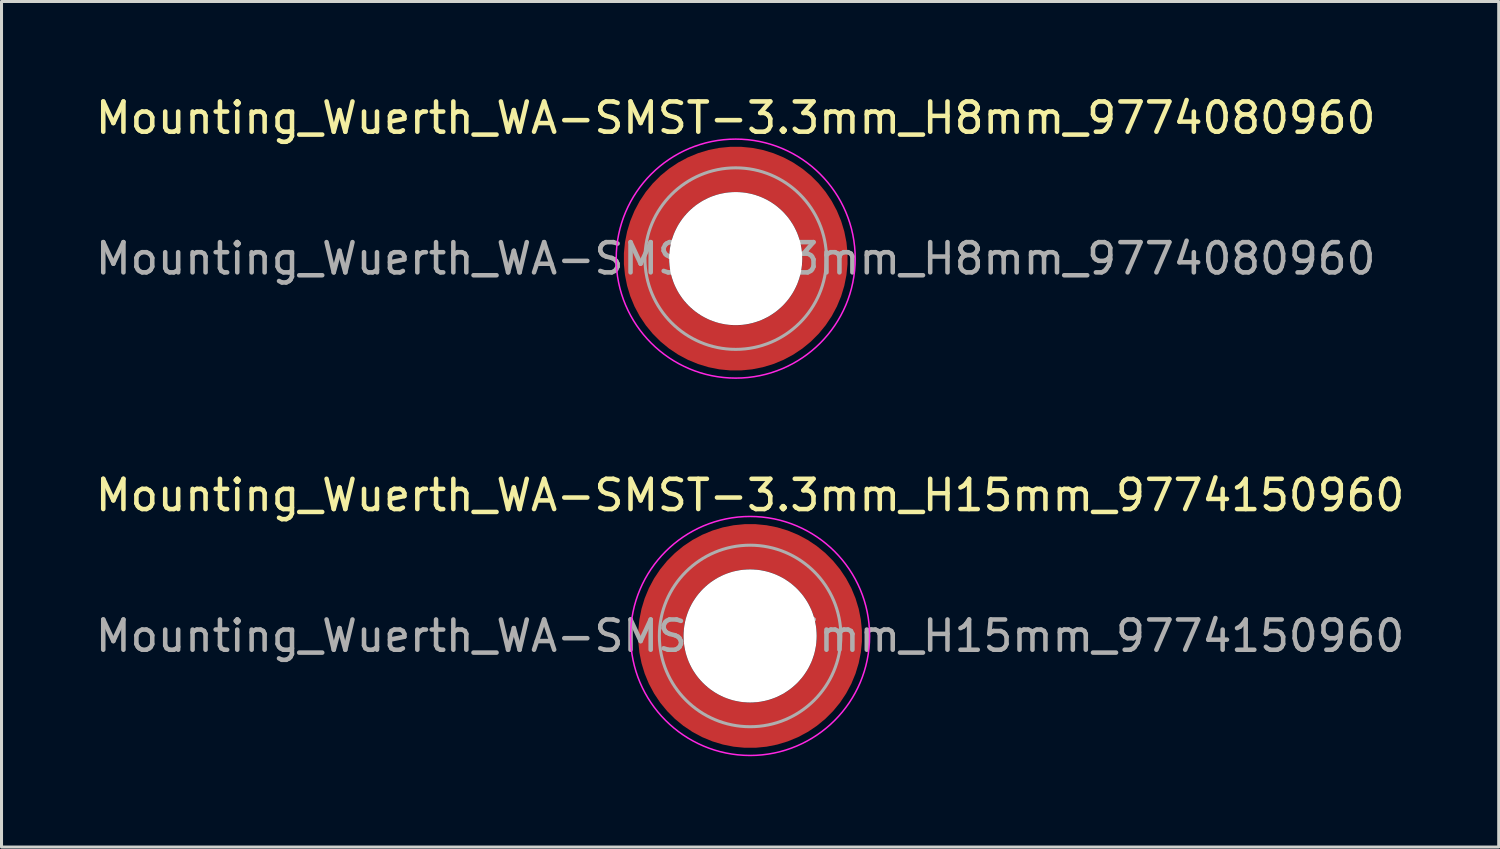
<source format=kicad_pcb>
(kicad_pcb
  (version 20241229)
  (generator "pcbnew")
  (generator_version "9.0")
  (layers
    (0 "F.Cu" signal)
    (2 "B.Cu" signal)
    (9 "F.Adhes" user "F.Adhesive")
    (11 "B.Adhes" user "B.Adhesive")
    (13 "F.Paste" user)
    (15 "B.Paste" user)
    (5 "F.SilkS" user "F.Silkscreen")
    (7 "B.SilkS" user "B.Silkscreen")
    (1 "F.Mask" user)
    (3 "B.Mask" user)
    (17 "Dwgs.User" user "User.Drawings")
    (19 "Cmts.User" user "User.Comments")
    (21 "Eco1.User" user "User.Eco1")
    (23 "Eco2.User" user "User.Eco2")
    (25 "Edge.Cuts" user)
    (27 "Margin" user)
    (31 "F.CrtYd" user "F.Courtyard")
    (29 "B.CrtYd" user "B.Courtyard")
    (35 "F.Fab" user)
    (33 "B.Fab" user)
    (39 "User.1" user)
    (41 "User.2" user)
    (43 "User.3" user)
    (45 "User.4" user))
  (footprint "Mounting_Wuerth_WA-SMST-3.3mm_H8mm_9774080960"
    (layer "F.Cu")
    (at 21.268 5.498)
    (property "Reference" "Mounting_Wuerth_WA-SMST-3.3mm_H8mm_9774080960" (at 0 -4.65 0) (layer "F.SilkS") (effects (font (size 1 1) (thickness 0.15))))
    (property "Mouser Part no." "" (at 0 0 0) (layer "F.Fab") (effects (font (size 1.27 1.27) (thickness 0.15))))
    (property "Mouser link" "" (at 0 0 0) (layer "F.Fab") (effects (font (size 1.27 1.27) (thickness 0.15))))
    (attr smd)
    (fp_circle (center 0 0) (end 3.95 0) (stroke (width 0.05) (type solid)) (fill no) (layer "F.CrtYd"))
    (fp_circle (center 0 0) (end 3 0) (stroke (width 0.1) (type solid)) (fill no) (layer "F.Fab"))
    (fp_text user "${REFERENCE}" (at 0 0 0) (layer "F.Fab") (effects (font (size 1 1) (thickness 0.15))))
    (pad "" smd custom (at -2.058 -2.058) (size 0.7 0.7) (layers "F.Paste") (options (anchor circle)) (primitives (gr_arc (start -0.377294 1.707681) (mid 0.317579 0.318817) (end 1.705947 -0.377044) (width 0.2)) (gr_arc (start -0.478281 1.707681) (mid 0.246161 0.248814) (end 1.703965 -0.477765) (width 0.2)) (gr_arc (start -0.579192 1.707681) (mid 0.175492 0.178063) (end 1.704077 -0.578711) (width 0.2)) (gr_arc (start -0.680037 1.707681) (mid 0.105568 0.106564) (end 1.706284 -0.679858) (width 0.2)) (gr_arc (start -0.780822 1.707681) (mid 0.034627 0.036085) (end 1.705634 -0.780569) (width 0.2)) (gr_arc (start -0.881554 1.707681) (mid -0.035694 -0.035016) (end 1.706729 -0.881441) (width 0.2)) (gr_arc (start -0.982237 1.707681) (mid -0.107281 -0.10485) (end 1.704266 -0.981842) (width 0.2)) (gr_arc (start -1.082877 1.707681) (mid -0.178372 -0.175181) (end 1.703197 -1.082374) (width 0.2)) (gr_arc (start -1.183476 1.707681) (mid -0.248964 -0.246008) (end 1.703525 -1.183025) (width 0.2)) (gr_arc (start -1.28404 1.707681) (mid -0.319062 -0.317333) (end 1.70525 -1.283784) (width 0.2)) (gr_line (start 1.708 -0.377) (end 1.708 -1.284) (width 0.2)) (gr_line (start -0.377 1.708) (end -1.284 1.708) (width 0.2))))
    (pad "" smd custom (at -2.058 2.058) (size 0.7 0.7) (layers "F.Paste") (options (anchor circle)) (primitives (gr_arc (start 1.707681 0.377294) (mid 0.318817 -0.317579) (end -0.377044 -1.705947) (width 0.2)) (gr_arc (start 1.707681 0.478281) (mid 0.248814 -0.246161) (end -0.477765 -1.703965) (width 0.2)) (gr_arc (start 1.707681 0.579192) (mid 0.178063 -0.175492) (end -0.578711 -1.704077) (width 0.2)) (gr_arc (start 1.707681 0.680037) (mid 0.106564 -0.105568) (end -0.679858 -1.706284) (width 0.2)) (gr_arc (start 1.707681 0.780822) (mid 0.036085 -0.034627) (end -0.780569 -1.705634) (width 0.2)) (gr_arc (start 1.707681 0.881554) (mid -0.035016 0.035694) (end -0.881441 -1.706729) (width 0.2)) (gr_arc (start 1.707681 0.982237) (mid -0.10485 0.107281) (end -0.981842 -1.704266) (width 0.2)) (gr_arc (start 1.707681 1.082877) (mid -0.175181 0.178372) (end -1.082374 -1.703197) (width 0.2)) (gr_arc (start 1.707681 1.183476) (mid -0.246008 0.248964) (end -1.183025 -1.703525) (width 0.2)) (gr_arc (start 1.707681 1.28404) (mid -0.317333 0.319062) (end -1.283784 -1.70525) (width 0.2)) (gr_line (start -0.377 -1.708) (end -1.284 -1.708) (width 0.2)) (gr_line (start 1.708 0.377) (end 1.708 1.284) (width 0.2))))
    (pad "" np_thru_hole circle (at 0 0) (size 4.4 4.4) (drill 4.4) (layers "*.Cu" "*.Mask"))
    (pad "" smd custom (at 2.058 -2.058) (size 0.7 0.7) (layers "F.Paste") (options (anchor circle)) (primitives (gr_arc (start -1.707681 -0.377294) (mid -0.318817 0.317579) (end 0.377044 1.705947) (width 0.2)) (gr_arc (start -1.707681 -0.478281) (mid -0.248814 0.246161) (end 0.477765 1.703965) (width 0.2)) (gr_arc (start -1.707681 -0.579192) (mid -0.178063 0.175492) (end 0.578711 1.704077) (width 0.2)) (gr_arc (start -1.707681 -0.680037) (mid -0.106564 0.105568) (end 0.679858 1.706284) (width 0.2)) (gr_arc (start -1.707681 -0.780822) (mid -0.036085 0.034627) (end 0.780569 1.705634) (width 0.2)) (gr_arc (start -1.707681 -0.881554) (mid 0.035016 -0.035694) (end 0.881441 1.706729) (width 0.2)) (gr_arc (start -1.707681 -0.982237) (mid 0.10485 -0.107281) (end 0.981842 1.704266) (width 0.2)) (gr_arc (start -1.707681 -1.082877) (mid 0.175181 -0.178372) (end 1.082374 1.703197) (width 0.2)) (gr_arc (start -1.707681 -1.183476) (mid 0.246008 -0.248964) (end 1.183025 1.703525) (width 0.2)) (gr_arc (start -1.707681 -1.28404) (mid 0.317333 -0.319062) (end 1.283784 1.70525) (width 0.2)) (gr_line (start 0.377 1.708) (end 1.284 1.708) (width 0.2)) (gr_line (start -1.708 -0.377) (end -1.708 -1.284) (width 0.2))))
    (pad "" smd custom (at 2.058 2.058) (size 0.7 0.7) (layers "F.Paste") (options (anchor circle)) (primitives (gr_arc (start 0.377294 -1.707681) (mid -0.317579 -0.318817) (end -1.705947 0.377044) (width 0.2)) (gr_arc (start 0.478281 -1.707681) (mid -0.246161 -0.248814) (end -1.703965 0.477765) (width 0.2)) (gr_arc (start 0.579192 -1.707681) (mid -0.175492 -0.178063) (end -1.704077 0.578711) (width 0.2)) (gr_arc (start 0.680037 -1.707681) (mid -0.105568 -0.106564) (end -1.706284 0.679858) (width 0.2)) (gr_arc (start 0.780822 -1.707681) (mid -0.034627 -0.036085) (end -1.705634 0.780569) (width 0.2)) (gr_arc (start 0.881554 -1.707681) (mid 0.035694 0.035016) (end -1.706729 0.881441) (width 0.2)) (gr_arc (start 0.982237 -1.707681) (mid 0.107281 0.10485) (end -1.704266 0.981842) (width 0.2)) (gr_arc (start 1.082877 -1.707681) (mid 0.178372 0.175181) (end -1.703197 1.082374) (width 0.2)) (gr_arc (start 1.183476 -1.707681) (mid 0.248964 0.246008) (end -1.703525 1.183025) (width 0.2)) (gr_arc (start 1.28404 -1.707681) (mid 0.319062 0.317333) (end -1.70525 1.283784) (width 0.2)) (gr_line (start -1.708 0.377) (end -1.708 1.284) (width 0.2)) (gr_line (start 0.377 -1.708) (end 1.284 -1.708) (width 0.2))))
    (pad "1" smd circle (at -2.95 0) (size 1.1 1.1) (layers "F.Cu"))
    (pad "1" smd circle (at 0 -2.95) (size 1.1 1.1) (layers "F.Cu"))
    (pad "1" smd circle (at 0 2.95) (size 1.1 1.1) (layers "F.Cu"))
    (pad "1" smd custom (at 2.95 0) (size 1.1 1.1) (layers "F.Cu" "F.Mask") (options (anchor circle)) (primitives (gr_circle (center -2.95 0) (end 0 0) (width 1.5) (fill no)))))
  (footprint "Mounting_Wuerth_WA-SMST-3.3mm_H15mm_9774150960"
    (layer "F.Cu")
    (at 21.744 17.971)
    (property "Reference" "Mounting_Wuerth_WA-SMST-3.3mm_H15mm_9774150960" (at 0 -4.65 0) (layer "F.SilkS") (effects (font (size 1 1) (thickness 0.15))))
    (property "Mouser Part no." "" (at 0 0 0) (layer "F.Fab") (effects (font (size 1.27 1.27) (thickness 0.15))))
    (property "Mouser link" "" (at 0 0 0) (layer "F.Fab") (effects (font (size 1.27 1.27) (thickness 0.15))))
    (attr smd)
    (fp_circle (center 0 0) (end 3.95 0) (stroke (width 0.05) (type solid)) (fill no) (layer "F.CrtYd"))
    (fp_circle (center 0 0) (end 3 0) (stroke (width 0.1) (type solid)) (fill no) (layer "F.Fab"))
    (fp_text user "${REFERENCE}" (at 0 0 0) (layer "F.Fab") (effects (font (size 1 1) (thickness 0.15))))
    (pad "" smd custom (at -2.058 -2.058) (size 0.7 0.7) (layers "F.Paste") (options (anchor circle)) (primitives (gr_arc (start -0.377294 1.707681) (mid 0.317579 0.318817) (end 1.705947 -0.377044) (width 0.2)) (gr_arc (start -0.478281 1.707681) (mid 0.246161 0.248814) (end 1.703965 -0.477765) (width 0.2)) (gr_arc (start -0.579192 1.707681) (mid 0.175492 0.178063) (end 1.704077 -0.578711) (width 0.2)) (gr_arc (start -0.680037 1.707681) (mid 0.105568 0.106564) (end 1.706284 -0.679858) (width 0.2)) (gr_arc (start -0.780822 1.707681) (mid 0.034627 0.036085) (end 1.705634 -0.780569) (width 0.2)) (gr_arc (start -0.881554 1.707681) (mid -0.035694 -0.035016) (end 1.706729 -0.881441) (width 0.2)) (gr_arc (start -0.982237 1.707681) (mid -0.107281 -0.10485) (end 1.704266 -0.981842) (width 0.2)) (gr_arc (start -1.082877 1.707681) (mid -0.178372 -0.175181) (end 1.703197 -1.082374) (width 0.2)) (gr_arc (start -1.183476 1.707681) (mid -0.248964 -0.246008) (end 1.703525 -1.183025) (width 0.2)) (gr_arc (start -1.28404 1.707681) (mid -0.319062 -0.317333) (end 1.70525 -1.283784) (width 0.2)) (gr_line (start 1.708 -0.377) (end 1.708 -1.284) (width 0.2)) (gr_line (start -0.377 1.708) (end -1.284 1.708) (width 0.2))))
    (pad "" smd custom (at -2.058 2.058) (size 0.7 0.7) (layers "F.Paste") (options (anchor circle)) (primitives (gr_arc (start 1.707681 0.377294) (mid 0.318817 -0.317579) (end -0.377044 -1.705947) (width 0.2)) (gr_arc (start 1.707681 0.478281) (mid 0.248814 -0.246161) (end -0.477765 -1.703965) (width 0.2)) (gr_arc (start 1.707681 0.579192) (mid 0.178063 -0.175492) (end -0.578711 -1.704077) (width 0.2)) (gr_arc (start 1.707681 0.680037) (mid 0.106564 -0.105568) (end -0.679858 -1.706284) (width 0.2)) (gr_arc (start 1.707681 0.780822) (mid 0.036085 -0.034627) (end -0.780569 -1.705634) (width 0.2)) (gr_arc (start 1.707681 0.881554) (mid -0.035016 0.035694) (end -0.881441 -1.706729) (width 0.2)) (gr_arc (start 1.707681 0.982237) (mid -0.10485 0.107281) (end -0.981842 -1.704266) (width 0.2)) (gr_arc (start 1.707681 1.082877) (mid -0.175181 0.178372) (end -1.082374 -1.703197) (width 0.2)) (gr_arc (start 1.707681 1.183476) (mid -0.246008 0.248964) (end -1.183025 -1.703525) (width 0.2)) (gr_arc (start 1.707681 1.28404) (mid -0.317333 0.319062) (end -1.283784 -1.70525) (width 0.2)) (gr_line (start -0.377 -1.708) (end -1.284 -1.708) (width 0.2)) (gr_line (start 1.708 0.377) (end 1.708 1.284) (width 0.2))))
    (pad "" np_thru_hole circle (at 0 0) (size 4.4 4.4) (drill 4.4) (layers "*.Cu" "*.Mask"))
    (pad "" smd custom (at 2.058 -2.058) (size 0.7 0.7) (layers "F.Paste") (options (anchor circle)) (primitives (gr_arc (start -1.707681 -0.377294) (mid -0.318817 0.317579) (end 0.377044 1.705947) (width 0.2)) (gr_arc (start -1.707681 -0.478281) (mid -0.248814 0.246161) (end 0.477765 1.703965) (width 0.2)) (gr_arc (start -1.707681 -0.579192) (mid -0.178063 0.175492) (end 0.578711 1.704077) (width 0.2)) (gr_arc (start -1.707681 -0.680037) (mid -0.106564 0.105568) (end 0.679858 1.706284) (width 0.2)) (gr_arc (start -1.707681 -0.780822) (mid -0.036085 0.034627) (end 0.780569 1.705634) (width 0.2)) (gr_arc (start -1.707681 -0.881554) (mid 0.035016 -0.035694) (end 0.881441 1.706729) (width 0.2)) (gr_arc (start -1.707681 -0.982237) (mid 0.10485 -0.107281) (end 0.981842 1.704266) (width 0.2)) (gr_arc (start -1.707681 -1.082877) (mid 0.175181 -0.178372) (end 1.082374 1.703197) (width 0.2)) (gr_arc (start -1.707681 -1.183476) (mid 0.246008 -0.248964) (end 1.183025 1.703525) (width 0.2)) (gr_arc (start -1.707681 -1.28404) (mid 0.317333 -0.319062) (end 1.283784 1.70525) (width 0.2)) (gr_line (start 0.377 1.708) (end 1.284 1.708) (width 0.2)) (gr_line (start -1.708 -0.377) (end -1.708 -1.284) (width 0.2))))
    (pad "" smd custom (at 2.058 2.058) (size 0.7 0.7) (layers "F.Paste") (options (anchor circle)) (primitives (gr_arc (start 0.377294 -1.707681) (mid -0.317579 -0.318817) (end -1.705947 0.377044) (width 0.2)) (gr_arc (start 0.478281 -1.707681) (mid -0.246161 -0.248814) (end -1.703965 0.477765) (width 0.2)) (gr_arc (start 0.579192 -1.707681) (mid -0.175492 -0.178063) (end -1.704077 0.578711) (width 0.2)) (gr_arc (start 0.680037 -1.707681) (mid -0.105568 -0.106564) (end -1.706284 0.679858) (width 0.2)) (gr_arc (start 0.780822 -1.707681) (mid -0.034627 -0.036085) (end -1.705634 0.780569) (width 0.2)) (gr_arc (start 0.881554 -1.707681) (mid 0.035694 0.035016) (end -1.706729 0.881441) (width 0.2)) (gr_arc (start 0.982237 -1.707681) (mid 0.107281 0.10485) (end -1.704266 0.981842) (width 0.2)) (gr_arc (start 1.082877 -1.707681) (mid 0.178372 0.175181) (end -1.703197 1.082374) (width 0.2)) (gr_arc (start 1.183476 -1.707681) (mid 0.248964 0.246008) (end -1.703525 1.183025) (width 0.2)) (gr_arc (start 1.28404 -1.707681) (mid 0.319062 0.317333) (end -1.70525 1.283784) (width 0.2)) (gr_line (start -1.708 0.377) (end -1.708 1.284) (width 0.2)) (gr_line (start 0.377 -1.708) (end 1.284 -1.708) (width 0.2))))
    (pad "1" smd circle (at -2.95 0) (size 1.1 1.1) (layers "F.Cu"))
    (pad "1" smd circle (at 0 -2.95) (size 1.1 1.1) (layers "F.Cu"))
    (pad "1" smd circle (at 0 2.95) (size 1.1 1.1) (layers "F.Cu"))
    (pad "1" smd custom (at 2.95 0) (size 1.1 1.1) (layers "F.Cu" "F.Mask") (options (anchor circle)) (primitives (gr_circle (center -2.95 0) (end 0 0) (width 1.5) (fill no)))))
  (gr_rect
    (start -3 -3)
    (end 46.488 24.947)
    (stroke (width 0.1) (type default))
    (fill no)
    (layer "Edge.Cuts")))
</source>
